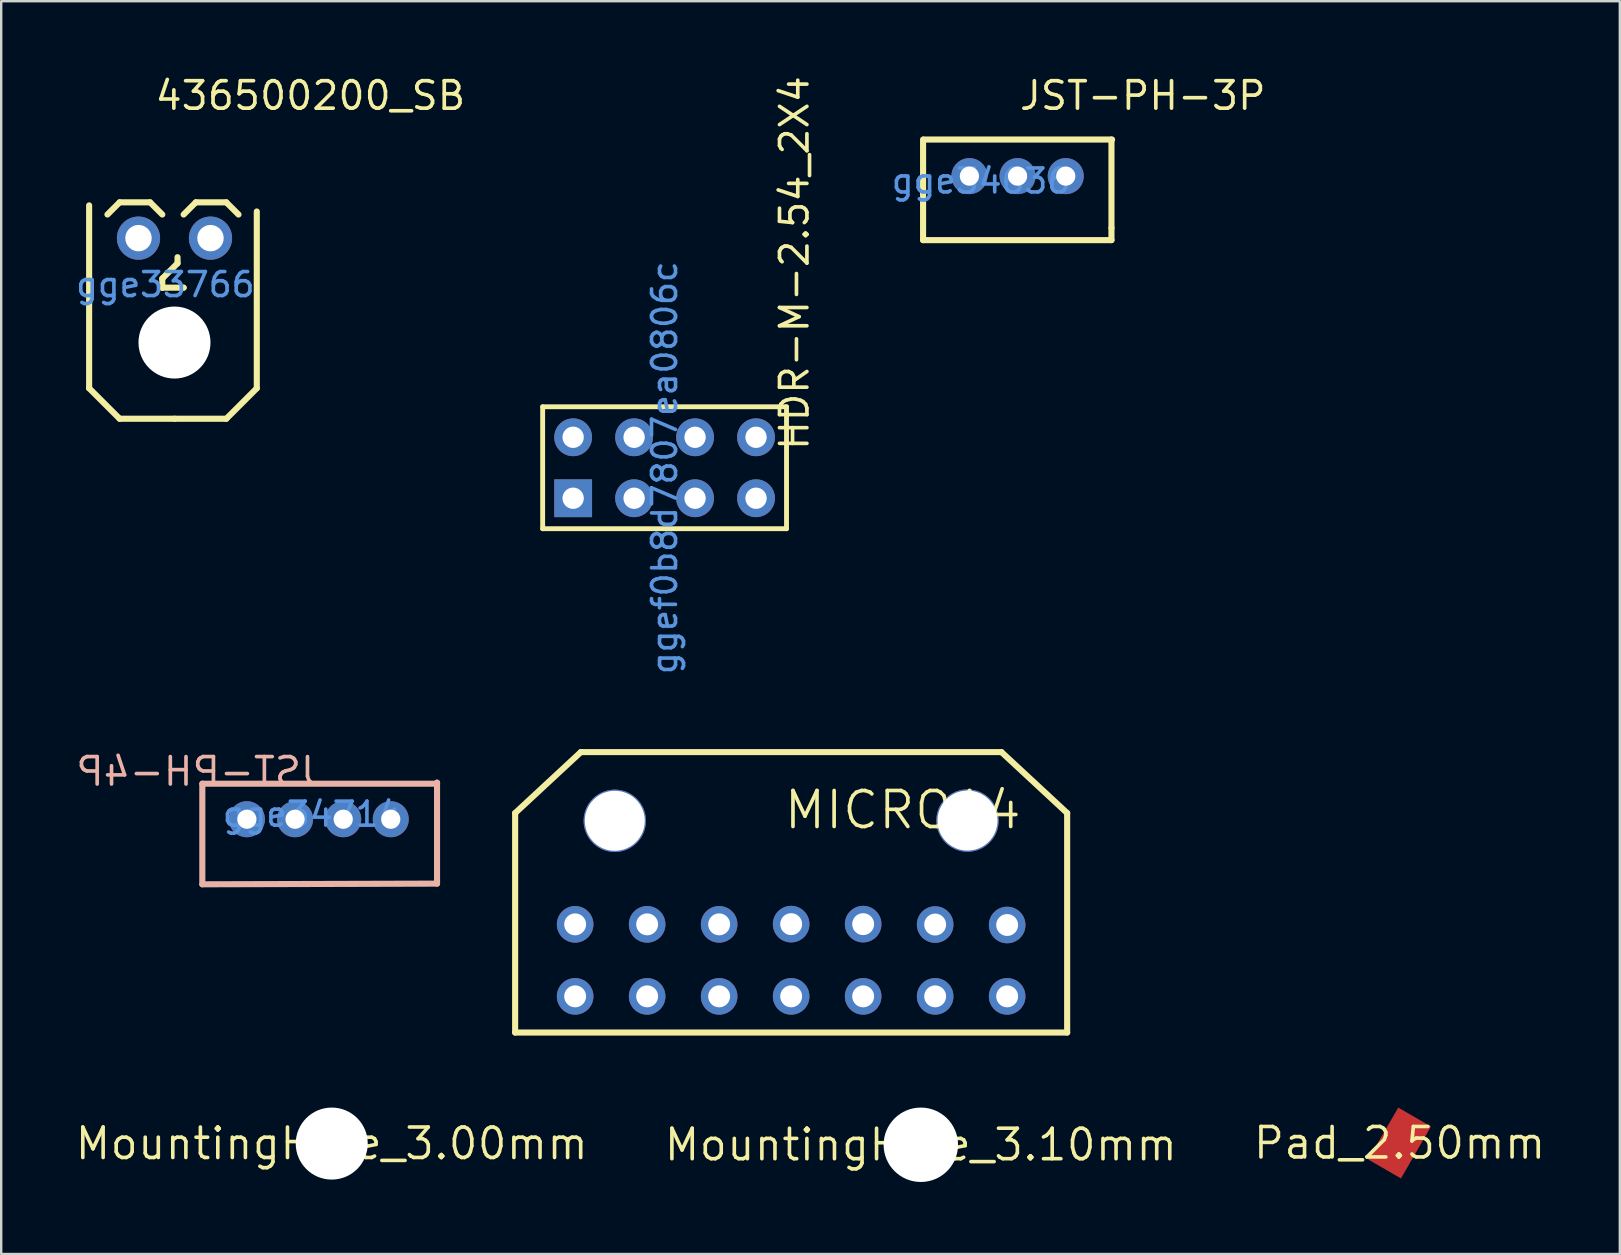
<source format=kicad_pcb>
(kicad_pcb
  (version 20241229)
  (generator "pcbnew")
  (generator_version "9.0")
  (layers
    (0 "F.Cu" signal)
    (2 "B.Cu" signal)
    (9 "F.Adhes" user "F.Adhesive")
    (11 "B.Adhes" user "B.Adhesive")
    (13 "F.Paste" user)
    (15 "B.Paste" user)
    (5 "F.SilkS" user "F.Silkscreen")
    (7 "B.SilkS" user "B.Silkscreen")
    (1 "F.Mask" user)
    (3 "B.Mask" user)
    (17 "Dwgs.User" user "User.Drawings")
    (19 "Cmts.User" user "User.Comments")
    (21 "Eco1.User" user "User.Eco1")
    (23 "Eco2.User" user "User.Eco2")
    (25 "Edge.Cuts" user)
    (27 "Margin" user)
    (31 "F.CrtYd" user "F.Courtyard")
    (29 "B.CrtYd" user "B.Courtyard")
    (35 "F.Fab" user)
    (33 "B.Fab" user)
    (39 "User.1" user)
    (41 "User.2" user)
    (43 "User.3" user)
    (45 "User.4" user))
  (footprint "HDR-M-2.54_2X4"
    (layer "F.Cu")
    (at 24.64 16.439)
    (property "Reference" "HDR-M-2.54_2X4" (at 5.409 -0.645 270) (layer "F.SilkS") (effects (font (size 1.143 1.143) (thickness 0.152)) (justify left)))
    (attr through_hole)
    (fp_line (start -5.08 -2.54) (end -5.08 2.54) (stroke (width 0.203) (type solid)) (layer "F.SilkS"))
    (fp_line (start -5.08 2.54) (end 5.08 2.54) (stroke (width 0.203) (type solid)) (layer "F.SilkS"))
    (fp_line (start 5.08 -2.54) (end -5.08 -2.54) (stroke (width 0.203) (type solid)) (layer "F.SilkS"))
    (fp_line (start 5.08 2.54) (end 5.08 -2.54) (stroke (width 0.203) (type solid)) (layer "F.SilkS"))
    (fp_text user "ggef0b8d7807ea0806c" (at 0 0 270) (layer "Cmts.User") (effects (font (size 1 1) (thickness 0.15))))
    (pad "1" thru_hole rect (at -3.81 1.27) (size 1.575 1.575) (drill 0.889) (layers "*.Cu" "*.Paste" "*.Mask"))
    (pad "2" thru_hole circle (at -3.81 -1.27) (size 1.575 1.575) (drill 0.889) (layers "*.Cu" "*.Paste" "*.Mask"))
    (pad "3" thru_hole circle (at -1.27 1.27) (size 1.575 1.575) (drill 0.889) (layers "*.Cu" "*.Paste" "*.Mask"))
    (pad "4" thru_hole circle (at -1.27 -1.27) (size 1.575 1.575) (drill 0.889) (layers "*.Cu" "*.Paste" "*.Mask"))
    (pad "5" thru_hole circle (at 1.27 1.27) (size 1.575 1.575) (drill 0.889) (layers "*.Cu" "*.Paste" "*.Mask"))
    (pad "6" thru_hole circle (at 1.27 -1.27) (size 1.575 1.575) (drill 0.889) (layers "*.Cu" "*.Paste" "*.Mask"))
    (pad "7" thru_hole circle (at 3.81 1.27) (size 1.575 1.575) (drill 0.889) (layers "*.Cu" "*.Paste" "*.Mask"))
    (pad "8" thru_hole circle (at 3.81 -1.27) (size 1.575 1.575) (drill 0.889) (layers "*.Cu" "*.Paste" "*.Mask")))
  (footprint "JST-PH-3P"
    (layer "F.Cu")
    (at 37.823 4.491)
    (property "Reference" "JST-PH-3P" (at 1.524 -3.556 0) (layer "F.SilkS") (effects (font (size 1.143 1.143) (thickness 0.152)) (justify left)))
    (attr through_hole)
    (fp_line (start -2.413 2.464) (end -2.413 -1.727) (stroke (width 0.254) (type solid)) (layer "F.SilkS"))
    (fp_line (start 5.436 1.956) (end 5.436 -1.727) (stroke (width 0.254) (type solid)) (layer "F.SilkS"))
    (fp_line (start 5.436 1.956) (end 5.436 2.464) (stroke (width 0.254) (type solid)) (layer "F.SilkS"))
    (fp_line (start 5.436 2.464) (end -2.413 2.464) (stroke (width 0.254) (type solid)) (layer "F.SilkS"))
    (fp_line (start 5.461 -1.727) (end -2.388 -1.727) (stroke (width 0.254) (type solid)) (layer "F.SilkS"))
    (fp_text user "gge34636" (at 0 0 0) (layer "Cmts.User") (effects (font (size 1 1) (thickness 0.15))))
    (pad "P1" thru_hole circle (at 3.531 -0.203 90) (size 1.5 1.5) (drill 0.8) (layers "*.Cu" "*.Paste" "*.Mask"))
    (pad "P2" thru_hole circle (at 1.524 -0.203 90) (size 1.5 1.5) (drill 0.8) (layers "*.Cu" "*.Paste" "*.Mask"))
    (pad "P3" thru_hole circle (at -0.483 -0.203 90) (size 1.5 1.5) (drill 0.8) (layers "*.Cu" "*.Paste" "*.Mask")))
  (footprint "436500200_SB"
    (layer "F.Cu")
    (at 3.839 8.809)
    (property "Reference" "436500200_SB" (at -0.508 -7.874 0) (layer "F.SilkS") (effects (font (size 1.143 1.143) (thickness 0.152)) (justify left)))
    (attr through_hole)
    (fp_line (start -3.175 4.318) (end -3.175 -3.302) (stroke (width 0.254) (type solid)) (layer "F.SilkS"))
    (fp_line (start -1.905 -3.429) (end -2.413 -2.921) (stroke (width 0.254) (type solid)) (layer "F.SilkS"))
    (fp_line (start -1.905 5.588) (end -3.175 4.318) (stroke (width 0.254) (type solid)) (layer "F.SilkS"))
    (fp_line (start -0.635 -3.429) (end -1.905 -3.429) (stroke (width 0.254) (type solid)) (layer "F.SilkS"))
    (fp_line (start -0.127 -2.921) (end -0.635 -3.429) (stroke (width 0.254) (type solid)) (layer "F.SilkS"))
    (fp_line (start -0.127 -0.254) (end -0.127 0.127) (stroke (width 0.254) (type solid)) (layer "F.SilkS"))
    (fp_line (start -0.127 0.127) (end -0.127 0.127) (stroke (width 0.254) (type solid)) (layer "F.SilkS"))
    (fp_line (start -0.127 0.127) (end 0.762 0.127) (stroke (width 0.254) (type solid)) (layer "F.SilkS"))
    (fp_line (start 0.381 5.588) (end -1.905 5.588) (stroke (width 0.254) (type solid)) (layer "F.SilkS"))
    (fp_line (start 0.381 5.588) (end 2.54 5.588) (stroke (width 0.254) (type solid)) (layer "F.SilkS"))
    (fp_line (start 0.508 -1.143) (end 0.508 -0.889) (stroke (width 0.254) (type solid)) (layer "F.SilkS"))
    (fp_line (start 0.508 -0.889) (end -0.127 -0.254) (stroke (width 0.254) (type solid)) (layer "F.SilkS"))
    (fp_line (start 0.762 0.127) (end 0.762 0.127) (stroke (width 0.254) (type solid)) (layer "F.SilkS"))
    (fp_line (start 1.27 -3.429) (end 0.762 -2.921) (stroke (width 0.254) (type solid)) (layer "F.SilkS"))
    (fp_line (start 2.54 -3.429) (end 1.27 -3.429) (stroke (width 0.254) (type solid)) (layer "F.SilkS"))
    (fp_line (start 2.54 5.588) (end 3.81 4.318) (stroke (width 0.254) (type solid)) (layer "F.SilkS"))
    (fp_line (start 3.048 -2.921) (end 2.54 -3.429) (stroke (width 0.254) (type solid)) (layer "F.SilkS"))
    (fp_line (start 3.81 4.318) (end 3.81 -3.048) (stroke (width 0.254) (type solid)) (layer "F.SilkS"))
    (fp_text user "gge33766" (at 0 0 0) (layer "Cmts.User") (effects (font (size 1 1) (thickness 0.15))))
    (pad "" np_thru_hole circle (at 0.381 2.413) (size 3 3) (drill 3) (layers "*.Cu" "*.Mask"))
    (pad "2" thru_hole circle (at -1.119 -1.937 180) (size 1.8 1.8) (drill 1.1) (layers "*.Cu" "*.Paste" "*.Mask"))
    (pad "2" thru_hole circle (at 1.881 -1.937 180) (size 1.8 1.8) (drill 1.1) (layers "*.Cu" "*.Paste" "*.Mask")))
  (footprint "MountingHole_3.00mm"
    (layer "F.Cu")
    (at 10.772 44.597)
    (property "Reference" "MountingHole_3.00mm" (at 0 0 0) (layer "F.SilkS") (effects (font (size 1.27 1.27) (thickness 0.15))))
    (attr exclude_from_pos_files exclude_from_bom)
    (pad "" np_thru_hole circle (at 0 0) (size 3 3) (drill 3) (layers "*.Cu" "*.Mask")))
  (footprint "MICRO14"
    (layer "F.Cu")
    (at 29.913 35.906)
    (property "Reference" "MICRO14" (at -0.381 -5.207 0) (layer "F.SilkS") (effects (font (size 1.5 1.5) (thickness 0.152)) (justify left)))
    (attr through_hole)
    (fp_line (start -11.5 -5.08) (end -11.5 4.064) (stroke (width 0.254) (type solid)) (layer "F.SilkS"))
    (fp_line (start -11.5 4.064) (end 11.5 4.064) (stroke (width 0.254) (type solid)) (layer "F.SilkS"))
    (fp_line (start -8.763 -7.62) (end -11.5 -5.08) (stroke (width 0.254) (type solid)) (layer "F.SilkS"))
    (fp_line (start 8.763 -7.62) (end -8.763 -7.62) (stroke (width 0.254) (type solid)) (layer "F.SilkS"))
    (fp_line (start 11.5 -5.08) (end 8.763 -7.62) (stroke (width 0.254) (type solid)) (layer "F.SilkS"))
    (fp_line (start 11.5 4.064) (end 11.5 -5.08) (stroke (width 0.254) (type solid)) (layer "F.SilkS"))
    (pad "" np_thru_hole circle (at -7.348 -4.757 90) (size 2.6 2.6) (drill 2.5) (layers "*.Cu" "*.Mask"))
    (pad "" np_thru_hole circle (at 7.348 -4.767 90) (size 2.6 2.6) (drill 2.5) (layers "*.Cu" "*.Mask"))
    (pad "1" thru_hole circle (at -9 -0.443) (size 1.524 1.524) (drill 0.914) (layers "*.Cu" "*.Paste" "*.Mask"))
    (pad "2" thru_hole circle (at -6 -0.443) (size 1.524 1.524) (drill 0.914) (layers "*.Cu" "*.Paste" "*.Mask"))
    (pad "3" thru_hole circle (at -3 -0.443) (size 1.524 1.524) (drill 0.914) (layers "*.Cu" "*.Paste" "*.Mask"))
    (pad "4" thru_hole circle (at 0 -0.452) (size 1.524 1.524) (drill 0.914) (layers "*.Cu" "*.Paste" "*.Mask"))
    (pad "5" thru_hole circle (at 3 -0.452) (size 1.524 1.524) (drill 0.914) (layers "*.Cu" "*.Paste" "*.Mask"))
    (pad "6" thru_hole circle (at 6 -0.435) (size 1.524 1.524) (drill 0.914) (layers "*.Cu" "*.Paste" "*.Mask"))
    (pad "7" thru_hole circle (at 9 -0.416) (size 1.524 1.524) (drill 0.914) (layers "*.Cu" "*.Paste" "*.Mask"))
    (pad "8" thru_hole circle (at 9 2.557) (size 1.524 1.524) (drill 0.914) (layers "*.Cu" "*.Paste" "*.Mask"))
    (pad "9" thru_hole circle (at 6 2.557) (size 1.524 1.524) (drill 0.914) (layers "*.Cu" "*.Paste" "*.Mask"))
    (pad "10" thru_hole circle (at 3 2.557) (size 1.524 1.524) (drill 0.914) (layers "*.Cu" "*.Paste" "*.Mask"))
    (pad "11" thru_hole circle (at 0 2.557) (size 1.524 1.524) (drill 0.914) (layers "*.Cu" "*.Paste" "*.Mask"))
    (pad "12" thru_hole circle (at -3 2.557) (size 1.524 1.524) (drill 0.914) (layers "*.Cu" "*.Paste" "*.Mask"))
    (pad "13" thru_hole circle (at -6 2.557) (size 1.524 1.524) (drill 0.914) (layers "*.Cu" "*.Paste" "*.Mask"))
    (pad "14" thru_hole circle (at -9 2.557) (size 1.524 1.524) (drill 0.914) (layers "*.Cu" "*.Paste" "*.Mask")))
  (footprint "MountingHole_3.10mm"
    (layer "F.Cu")
    (at 35.316 44.647)
    (property "Reference" "MountingHole_3.10mm" (at 0 0 0) (layer "F.SilkS") (effects (font (size 1.27 1.27) (thickness 0.15))))
    (attr exclude_from_pos_files exclude_from_bom)
    (pad "" np_thru_hole circle (at 0 0) (size 3.1 3.1) (drill 3.1) (layers "*.Cu" "*.Mask")))
  (footprint "JST-PH-4P"
    (layer "F.Cu")
    (at 9.952 30.873)
    (property "Reference" "JST-PH-4P" (at 0.508 -1.778 0) (layer "B.SilkS") (effects (font (size 1.143 1.143) (thickness 0.152)) (justify left mirror)))
    (attr through_hole)
    (fp_line (start -4.572 -1.27) (end 5.207 -1.27) (stroke (width 0.254) (type solid)) (layer "B.SilkS"))
    (fp_line (start -4.572 2.921) (end -4.572 -1.27) (stroke (width 0.254) (type solid)) (layer "B.SilkS"))
    (fp_line (start -4.572 2.921) (end 5.207 2.893) (stroke (width 0.254) (type solid)) (layer "B.SilkS"))
    (fp_line (start 5.207 -1.313) (end 5.207 -1.297) (stroke (width 0.254) (type solid)) (layer "B.SilkS"))
    (fp_line (start 5.207 2.893) (end 5.207 -1.313) (stroke (width 0.254) (type solid)) (layer "B.SilkS"))
    (fp_text user "gge34714" (at 0 0 0) (layer "Cmts.User") (effects (font (size 1 1) (thickness 0.15))))
    (pad "P1" thru_hole circle (at 3.279 0.21 90) (size 1.5 1.5) (drill 0.8) (layers "*.Cu" "*.Paste" "*.Mask"))
    (pad "P2" thru_hole circle (at 1.298 0.21 90) (size 1.5 1.5) (drill 0.8) (layers "*.Cu" "*.Paste" "*.Mask"))
    (pad "P3" thru_hole circle (at -0.709 0.21 90) (size 1.5 1.5) (drill 0.8) (layers "*.Cu" "*.Paste" "*.Mask"))
    (pad "P4" thru_hole circle (at -2.715 0.21 90) (size 1.5 1.5) (drill 0.8) (layers "*.Cu" "*.Paste" "*.Mask")))
  (footprint "Pad_2.50mm"
    (layer "F.Cu")
    (at 55.264 44.573)
    (property "Reference" "Pad_2.50mm" (at 0 0 0) (layer "F.SilkS") (effects (font (size 1.27 1.27) (thickness 0.15))))
    (attr exclude_from_pos_files exclude_from_bom)
    (pad "3" smd rect (at 0 0 240) (size 2.5 1.575) (layers "F.Cu" "F.Mask" "F.Paste")))
  (gr_rect
    (start -3 -3)
    (end 64.44 49.197)
    (stroke (width 0.1) (type default))
    (fill no)
    (layer "Edge.Cuts")))
</source>
